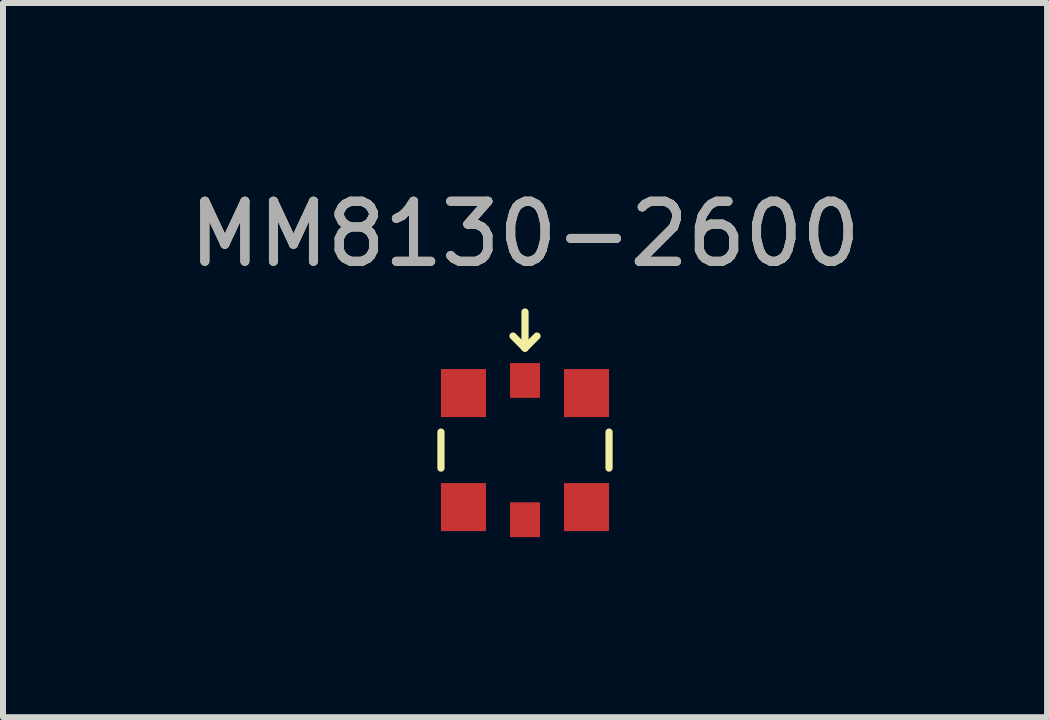
<source format=kicad_pcb>
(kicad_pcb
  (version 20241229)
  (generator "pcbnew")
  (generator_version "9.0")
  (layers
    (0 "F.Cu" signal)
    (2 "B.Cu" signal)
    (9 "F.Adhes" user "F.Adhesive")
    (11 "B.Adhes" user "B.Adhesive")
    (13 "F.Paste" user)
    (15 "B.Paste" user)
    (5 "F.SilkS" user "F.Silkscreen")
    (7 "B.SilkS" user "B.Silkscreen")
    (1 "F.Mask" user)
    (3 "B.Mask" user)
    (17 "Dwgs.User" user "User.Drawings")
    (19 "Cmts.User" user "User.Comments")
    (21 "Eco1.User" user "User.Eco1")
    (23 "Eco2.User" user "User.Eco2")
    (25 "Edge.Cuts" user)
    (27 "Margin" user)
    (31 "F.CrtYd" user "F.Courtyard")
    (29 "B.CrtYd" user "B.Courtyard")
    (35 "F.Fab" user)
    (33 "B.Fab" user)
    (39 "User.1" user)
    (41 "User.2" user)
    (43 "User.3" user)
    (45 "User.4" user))
  (footprint "MM8130-2600"
    (layer "F.Cu")
    (at 5.696 4.448)
    (property "Reference" "MM8130-2600" (at 0 -3.6 0) (unlocked yes) (layer "F.SilkS") (effects (font (size 1 1) (thickness 0.15))))
    (attr smd)
    (fp_line (start -1.4 -0.3) (end -1.4 0.3) (stroke (width 0.12) (type solid)) (layer "F.SilkS"))
    (fp_line (start 0 -2.3) (end 0 -1.7) (stroke (width 0.12) (type solid)) (layer "F.SilkS"))
    (fp_line (start 0 -1.7) (end -0.2 -1.9) (stroke (width 0.12) (type solid)) (layer "F.SilkS"))
    (fp_line (start 0 -1.7) (end 0.2 -1.9) (stroke (width 0.12) (type solid)) (layer "F.SilkS"))
    (fp_line (start 1.4 -0.3) (end 1.4 0.3) (stroke (width 0.12) (type solid)) (layer "F.SilkS"))
    (fp_text user "${REFERENCE}" (at 0 -3.6 0) (unlocked yes) (layer "F.Fab") (effects (font (size 1 1) (thickness 0.15))))
    (pad "A" smd rect (at 0 1.16) (size 0.5 0.58) (layers "F.Cu" "F.Mask" "F.Paste"))
    (pad "C" smd rect (at 0 -1.16) (size 0.5 0.58) (layers "F.Cu" "F.Mask" "F.Paste"))
    (pad "G" smd rect (at -1.025 -0.95) (size 0.75 0.8) (layers "F.Cu" "F.Mask" "F.Paste"))
    (pad "G" smd rect (at -1.025 0.95) (size 0.75 0.8) (layers "F.Cu" "F.Mask" "F.Paste"))
    (pad "G" smd rect (at 1.025 -0.95) (size 0.75 0.8) (layers "F.Cu" "F.Mask" "F.Paste"))
    (pad "G" smd rect (at 1.025 0.95) (size 0.75 0.8) (layers "F.Cu" "F.Mask" "F.Paste")))
  (gr_rect
    (start -3 -3)
    (end 14.393 8.898)
    (stroke (width 0.1) (type default))
    (fill no)
    (layer "Edge.Cuts")))
</source>
